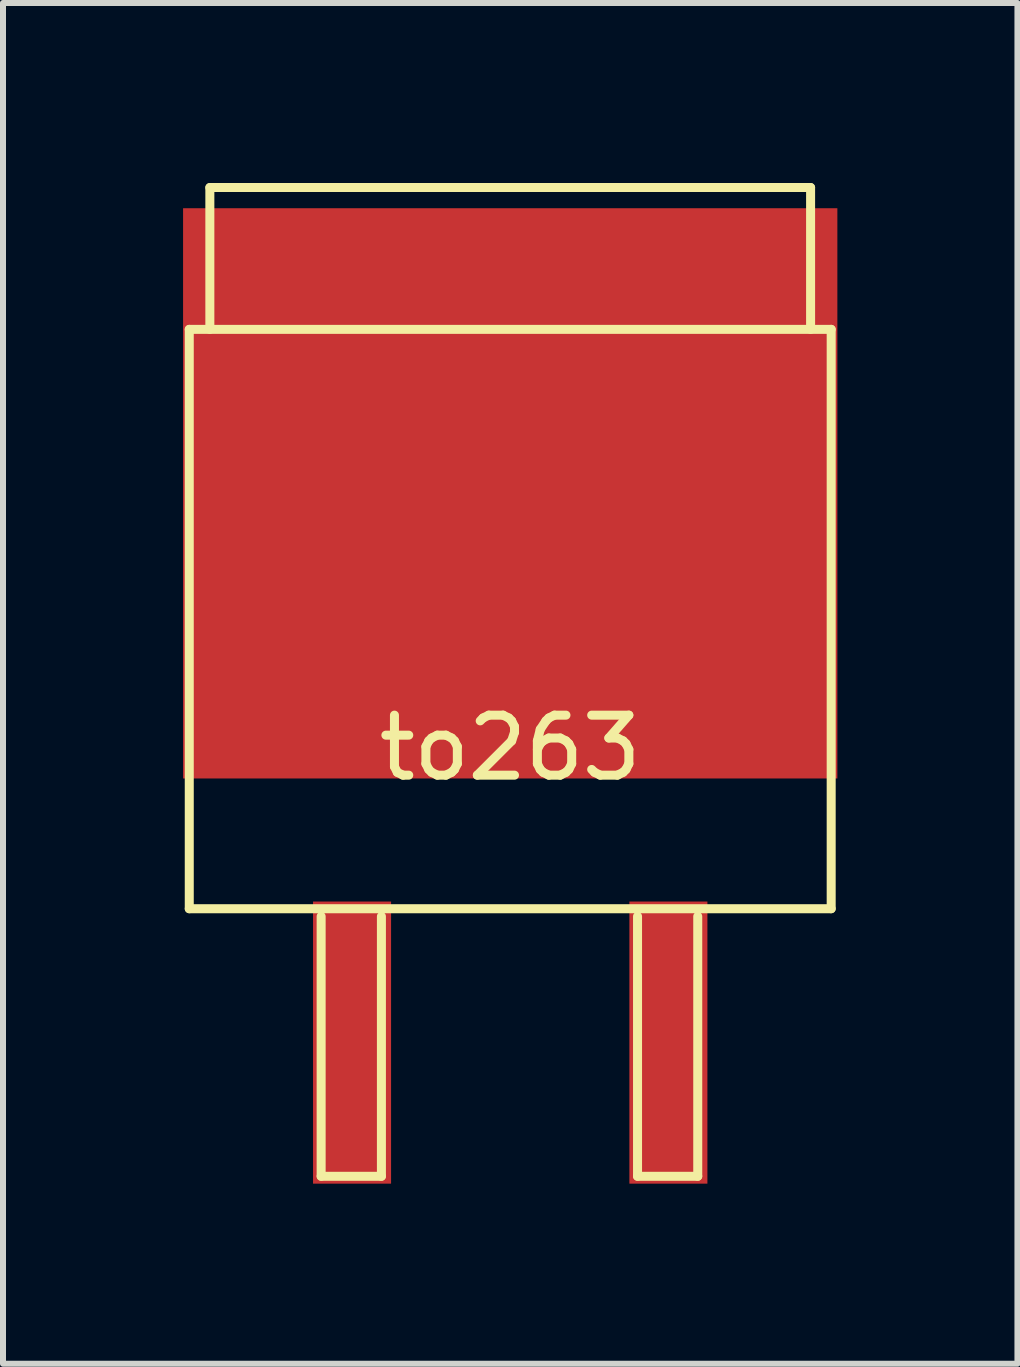
<source format=kicad_pcb>
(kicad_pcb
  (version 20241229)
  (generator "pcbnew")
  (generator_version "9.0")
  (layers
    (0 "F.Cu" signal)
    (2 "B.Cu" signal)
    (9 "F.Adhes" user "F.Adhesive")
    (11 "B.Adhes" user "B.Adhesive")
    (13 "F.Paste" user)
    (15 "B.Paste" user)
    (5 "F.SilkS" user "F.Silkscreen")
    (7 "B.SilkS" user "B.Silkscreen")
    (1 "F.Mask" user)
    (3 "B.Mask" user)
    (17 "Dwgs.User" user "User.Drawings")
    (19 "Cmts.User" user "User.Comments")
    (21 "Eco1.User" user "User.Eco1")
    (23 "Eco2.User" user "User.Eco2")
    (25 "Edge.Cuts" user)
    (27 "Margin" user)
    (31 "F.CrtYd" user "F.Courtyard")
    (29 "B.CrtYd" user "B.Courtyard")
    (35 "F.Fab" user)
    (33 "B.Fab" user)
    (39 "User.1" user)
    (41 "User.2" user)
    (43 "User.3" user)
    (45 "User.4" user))
  (footprint "to263"
    (layer "F.Cu")
    (at 5.45 0.519)
    (property "Reference" "to263" (at 0 8.89 0) (layer "F.SilkS") (effects (font (size 1 1) (thickness 0.15))))
    (attr smd)
    (fp_line (start -5.347 1.918) (end 5.347 1.918) (stroke (width 0.15) (type solid)) (layer "F.SilkS"))
    (fp_line (start -5.347 11.57) (end -5.347 1.918) (stroke (width 0.15) (type solid)) (layer "F.SilkS"))
    (fp_line (start -5.004 -0.445) (end 5.004 -0.445) (stroke (width 0.15) (type solid)) (layer "F.SilkS"))
    (fp_line (start -5.004 1.918) (end -5.004 -0.445) (stroke (width 0.15) (type solid)) (layer "F.SilkS"))
    (fp_line (start -3.15 11.697) (end -3.15 16.027) (stroke (width 0.15) (type solid)) (layer "F.SilkS"))
    (fp_line (start -3.15 16.027) (end -2.146 16.027) (stroke (width 0.15) (type solid)) (layer "F.SilkS"))
    (fp_line (start -2.146 16.027) (end -2.146 11.697) (stroke (width 0.15) (type solid)) (layer "F.SilkS"))
    (fp_line (start 2.121 11.697) (end 2.121 16.027) (stroke (width 0.15) (type solid)) (layer "F.SilkS"))
    (fp_line (start 2.121 16.027) (end 3.124 16.027) (stroke (width 0.15) (type solid)) (layer "F.SilkS"))
    (fp_line (start 3.124 16.027) (end 3.124 11.697) (stroke (width 0.15) (type solid)) (layer "F.SilkS"))
    (fp_line (start 5.004 -0.445) (end 5.004 1.918) (stroke (width 0.15) (type solid)) (layer "F.SilkS"))
    (fp_line (start 5.347 1.918) (end 5.347 11.57) (stroke (width 0.15) (type solid)) (layer "F.SilkS"))
    (fp_line (start 5.347 11.57) (end -5.347 11.57) (stroke (width 0.15) (type solid)) (layer "F.SilkS"))
    (pad "1" smd rect (at -2.635 13.8) (size 1.3 4.7) (layers "F.Cu" "F.Mask" "F.Paste"))
    (pad "2" smd rect (at 0 4.65) (size 10.9 9.5) (layers "F.Cu" "F.Mask" "F.Paste"))
    (pad "3" smd rect (at 2.635 13.8) (size 1.3 4.7) (layers "F.Cu" "F.Mask" "F.Paste")))
  (gr_rect
    (start -3 -3)
    (end 13.9 19.669)
    (stroke (width 0.1) (type default))
    (fill no)
    (layer "Edge.Cuts")))
</source>
